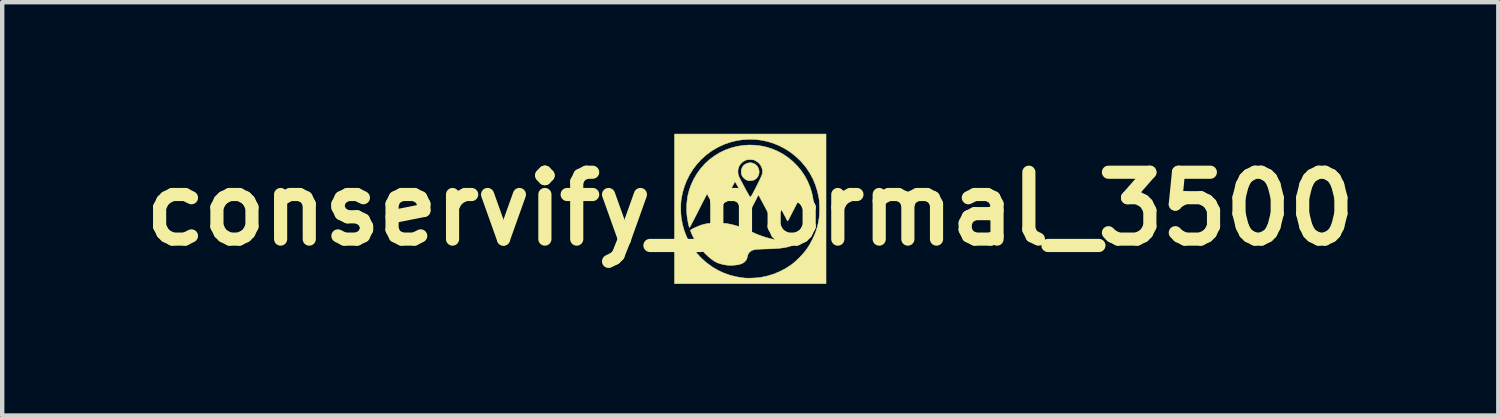
<source format=kicad_pcb>
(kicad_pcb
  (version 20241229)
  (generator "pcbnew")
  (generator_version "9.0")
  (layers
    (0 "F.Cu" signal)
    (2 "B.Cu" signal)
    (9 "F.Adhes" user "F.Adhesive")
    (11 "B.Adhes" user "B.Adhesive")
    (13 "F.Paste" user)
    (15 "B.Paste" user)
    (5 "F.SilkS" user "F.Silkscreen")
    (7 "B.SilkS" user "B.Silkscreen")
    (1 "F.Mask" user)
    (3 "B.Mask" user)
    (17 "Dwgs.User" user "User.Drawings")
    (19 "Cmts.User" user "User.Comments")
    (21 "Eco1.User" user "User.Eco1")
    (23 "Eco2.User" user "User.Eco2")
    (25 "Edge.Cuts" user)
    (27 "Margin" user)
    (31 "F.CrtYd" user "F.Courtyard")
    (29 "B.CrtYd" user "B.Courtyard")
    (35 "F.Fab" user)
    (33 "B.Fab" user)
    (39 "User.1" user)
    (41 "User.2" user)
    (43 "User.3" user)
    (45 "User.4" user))
  (footprint "conservify_normal_3500"
    (layer "F.Cu")
    (at 14.05 1.71)
    (property "Reference" "conservify_normal_3500" (at 0 0 0) (layer "F.SilkS") (effects (font (size 1.524 1.524) (thickness 0.3))))
    (attr through_hole)
    (fp_poly (pts (xy 0.046 -1.045) (xy 0.089 -1.03) (xy 0.128 -1.005) (xy 0.162 -0.969) (xy 0.185 -0.928) (xy 0.2 -0.878) (xy 0.203 -0.827) (xy 0.193 -0.778) (xy 0.173 -0.733) (xy 0.142 -0.695) (xy 0.101 -0.665) (xy 0.087 -0.658) (xy 0.06 -0.649) (xy 0.025 -0.643) (xy -0.01 -0.641) (xy -0.042 -0.642) (xy -0.058 -0.645) (xy -0.105 -0.667) (xy -0.147 -0.7) (xy -0.18 -0.741) (xy -0.191 -0.762) (xy -0.202 -0.794) (xy -0.206 -0.834) (xy -0.207 -0.845) (xy -0.201 -0.898) (xy -0.184 -0.944) (xy -0.158 -0.982) (xy -0.124 -1.012) (xy -0.085 -1.033) (xy -0.043 -1.047) (xy 0.002 -1.051) (xy 0.046 -1.045)) (stroke (width 0.01) (type solid)) (fill yes) (layer "F.SilkS"))
    (fp_poly (pts (xy 1.727 1.705) (xy -1.727 1.705) (xy -1.727 -0.017) (xy -1.584 -0.017) (xy -1.583 0.051) (xy -1.58 0.118) (xy -1.576 0.177) (xy -1.572 0.207) (xy -1.545 0.356) (xy -1.504 0.501) (xy -1.45 0.639) (xy -1.384 0.772) (xy -1.305 0.897) (xy -1.215 1.015) (xy -1.114 1.124) (xy -1.002 1.224) (xy -0.879 1.314) (xy -0.868 1.322) (xy -0.744 1.396) (xy -0.616 1.457) (xy -0.482 1.506) (xy -0.342 1.543) (xy -0.194 1.569) (xy -0.116 1.578) (xy -0.086 1.579) (xy -0.045 1.579) (xy 0.004 1.579) (xy 0.056 1.577) (xy 0.109 1.574) (xy 0.158 1.571) (xy 0.2 1.567) (xy 0.229 1.564) (xy 0.38 1.533) (xy 0.527 1.489) (xy 0.668 1.431) (xy 0.803 1.361) (xy 0.932 1.277) (xy 0.969 1.249) (xy 0.989 1.233) (xy 1.017 1.208) (xy 1.049 1.179) (xy 1.083 1.148) (xy 1.102 1.129) (xy 1.181 1.048) (xy 1.249 0.969) (xy 1.308 0.887) (xy 1.363 0.8) (xy 1.414 0.702) (xy 1.419 0.693) (xy 1.463 0.598) (xy 1.498 0.508) (xy 1.526 0.418) (xy 1.549 0.324) (xy 1.565 0.236) (xy 1.571 0.189) (xy 1.575 0.132) (xy 1.578 0.068) (xy 1.579 0.000035) (xy 1.578 -0.068) (xy 1.576 -0.132) (xy 1.572 -0.19) (xy 1.566 -0.237) (xy 1.565 -0.243) (xy 1.532 -0.397) (xy 1.487 -0.543) (xy 1.43 -0.681) (xy 1.36 -0.811) (xy 1.279 -0.934) (xy 1.184 -1.05) (xy 1.14 -1.098) (xy 1.03 -1.202) (xy 0.913 -1.293) (xy 0.79 -1.372) (xy 0.661 -1.439) (xy 0.528 -1.494) (xy 0.391 -1.536) (xy 0.252 -1.565) (xy 0.11 -1.582) (xy -0.032 -1.585) (xy -0.175 -1.576) (xy -0.317 -1.554) (xy -0.458 -1.518) (xy -0.596 -1.47) (xy -0.73 -1.408) (xy -0.861 -1.333) (xy -0.887 -1.315) (xy -1.006 -1.227) (xy -1.116 -1.128) (xy -1.216 -1.02) (xy -1.305 -0.903) (xy -1.383 -0.777) (xy -1.449 -0.645) (xy -1.503 -0.507) (xy -1.545 -0.363) (xy -1.573 -0.215) (xy -1.575 -0.196) (xy -1.58 -0.145) (xy -1.583 -0.084) (xy -1.584 -0.017) (xy -1.727 -0.017) (xy -1.727 -1.705) (xy 1.727 -1.705) (xy 1.727 1.705)) (stroke (width 0.01) (type solid)) (fill yes) (layer "F.SilkS"))
    (fp_poly (pts (xy -0.641 0.324) (xy -0.523 0.337) (xy -0.406 0.361) (xy -0.286 0.395) (xy -0.161 0.44) (xy -0.09 0.469) (xy -0.053 0.485) (xy -0.015 0.502) (xy 0.018 0.517) (xy 0.036 0.526) (xy 0.137 0.573) (xy 0.247 0.615) (xy 0.362 0.653) (xy 0.475 0.683) (xy 0.585 0.706) (xy 0.624 0.712) (xy 0.674 0.717) (xy 0.732 0.72) (xy 0.794 0.72) (xy 0.857 0.719) (xy 0.914 0.715) (xy 0.963 0.71) (xy 0.972 0.708) (xy 1.038 0.694) (xy 1.105 0.674) (xy 1.168 0.651) (xy 1.212 0.632) (xy 1.237 0.619) (xy 1.252 0.612) (xy 1.26 0.611) (xy 1.262 0.614) (xy 1.263 0.62) (xy 1.257 0.632) (xy 1.241 0.65) (xy 1.217 0.672) (xy 1.187 0.697) (xy 1.153 0.724) (xy 1.117 0.749) (xy 1.081 0.773) (xy 1.048 0.793) (xy 1.036 0.799) (xy 0.986 0.823) (xy 0.936 0.843) (xy 0.884 0.86) (xy 0.828 0.874) (xy 0.766 0.886) (xy 0.698 0.895) (xy 0.62 0.902) (xy 0.533 0.908) (xy 0.433 0.912) (xy 0.374 0.914) (xy 0.299 0.916) (xy 0.238 0.919) (xy 0.188 0.921) (xy 0.147 0.924) (xy 0.114 0.928) (xy 0.087 0.933) (xy 0.065 0.939) (xy 0.046 0.946) (xy 0.028 0.955) (xy 0.026 0.956) (xy -0.009 0.98) (xy -0.036 1.01) (xy -0.054 1.047) (xy -0.067 1.096) (xy -0.069 1.107) (xy -0.083 1.151) (xy -0.111 1.191) (xy -0.15 1.225) (xy -0.198 1.251) (xy -0.241 1.265) (xy -0.294 1.276) (xy -0.354 1.283) (xy -0.416 1.288) (xy -0.478 1.288) (xy -0.526 1.284) (xy -0.58 1.276) (xy -0.637 1.264) (xy -0.692 1.249) (xy -0.741 1.233) (xy -0.771 1.22) (xy -0.826 1.188) (xy -0.886 1.145) (xy -0.949 1.094) (xy -1.012 1.035) (xy -1.074 0.971) (xy -1.132 0.904) (xy -1.185 0.835) (xy -1.21 0.798) (xy -1.242 0.748) (xy -1.274 0.692) (xy -1.304 0.634) (xy -1.331 0.579) (xy -1.346 0.542) (xy -1.357 0.515) (xy -1.361 0.498) (xy -1.36 0.487) (xy -1.357 0.483) (xy -1.344 0.473) (xy -1.321 0.459) (xy -1.289 0.442) (xy -1.251 0.425) (xy -1.211 0.407) (xy -1.171 0.39) (xy -1.133 0.375) (xy -1.1 0.364) (xy -1.095 0.363) (xy -1.016 0.343) (xy -0.938 0.33) (xy -0.856 0.322) (xy -0.766 0.319) (xy -0.76 0.319) (xy -0.641 0.324)) (stroke (width 0.01) (type solid)) (fill yes) (layer "F.SilkS"))
    (fp_poly (pts (xy 0.123 -1.45) (xy 0.264 -1.431) (xy 0.37 -1.407) (xy 0.505 -1.364) (xy 0.634 -1.308) (xy 0.756 -1.241) (xy 0.871 -1.162) (xy 0.977 -1.074) (xy 1.075 -0.975) (xy 1.163 -0.869) (xy 1.24 -0.754) (xy 1.306 -0.632) (xy 1.36 -0.504) (xy 1.402 -0.37) (xy 1.426 -0.259) (xy 1.438 -0.169) (xy 1.445 -0.076) (xy 1.447 0.015) (xy 1.444 0.09) (xy 1.44 0.142) (xy 1.436 0.181) (xy 1.432 0.208) (xy 1.428 0.224) (xy 1.424 0.232) (xy 1.422 0.232) (xy 1.418 0.226) (xy 1.406 0.209) (xy 1.39 0.182) (xy 1.368 0.146) (xy 1.343 0.103) (xy 1.314 0.054) (xy 1.283 0.001) (xy 1.276 -0.011) (xy 1.245 -0.064) (xy 1.216 -0.114) (xy 1.19 -0.157) (xy 1.168 -0.194) (xy 1.15 -0.222) (xy 1.138 -0.241) (xy 1.132 -0.248) (xy 1.131 -0.248) (xy 1.127 -0.241) (xy 1.117 -0.222) (xy 1.102 -0.194) (xy 1.083 -0.159) (xy 1.061 -0.117) (xy 1.037 -0.071) (xy 1.012 -0.023) (xy 0.987 0.026) (xy 0.962 0.074) (xy 0.939 0.119) (xy 0.918 0.159) (xy 0.9 0.193) (xy 0.887 0.22) (xy 0.882 0.23) (xy 0.87 0.252) (xy 0.86 0.269) (xy 0.853 0.275) (xy 0.853 0.275) (xy 0.845 0.269) (xy 0.836 0.255) (xy 0.834 0.252) (xy 0.822 0.227) (xy 0.806 0.196) (xy 0.788 0.162) (xy 0.77 0.127) (xy 0.752 0.093) (xy 0.736 0.064) (xy 0.723 0.041) (xy 0.714 0.026) (xy 0.711 0.022) (xy 0.707 0.028) (xy 0.697 0.046) (xy 0.683 0.072) (xy 0.665 0.107) (xy 0.644 0.147) (xy 0.628 0.178) (xy 0.605 0.221) (xy 0.585 0.26) (xy 0.567 0.292) (xy 0.553 0.315) (xy 0.544 0.329) (xy 0.541 0.332) (xy 0.536 0.325) (xy 0.525 0.307) (xy 0.51 0.28) (xy 0.491 0.247) (xy 0.47 0.208) (xy 0.465 0.199) (xy 0.441 0.154) (xy 0.416 0.108) (xy 0.392 0.064) (xy 0.372 0.026) (xy 0.358 0) (xy 0.342 -0.029) (xy 0.322 -0.068) (xy 0.298 -0.112) (xy 0.274 -0.158) (xy 0.254 -0.194) (xy 0.187 -0.32) (xy 0.145 -0.238) (xy 0.124 -0.197) (xy 0.099 -0.15) (xy 0.075 -0.103) (xy 0.056 -0.067) (xy 0.04 -0.035) (xy 0.025 -0.008) (xy 0.014 0.012) (xy 0.007 0.021) (xy 0.007 0.022) (xy 0.002 0.016) (xy -0.008 -0.002) (xy -0.024 -0.03) (xy -0.044 -0.068) (xy -0.069 -0.113) (xy -0.097 -0.165) (xy -0.128 -0.223) (xy -0.162 -0.285) (xy -0.17 -0.302) (xy -0.204 -0.364) (xy -0.236 -0.423) (xy -0.265 -0.476) (xy -0.291 -0.523) (xy -0.313 -0.561) (xy -0.33 -0.591) (xy -0.342 -0.611) (xy -0.348 -0.619) (xy -0.348 -0.619) (xy -0.351 -0.615) (xy -0.356 -0.607) (xy -0.363 -0.594) (xy -0.373 -0.576) (xy -0.387 -0.55) (xy -0.404 -0.516) (xy -0.426 -0.474) (xy -0.453 -0.423) (xy -0.485 -0.361) (xy -0.523 -0.288) (xy -0.563 -0.21) (xy -0.593 -0.153) (xy -0.621 -0.099) (xy -0.647 -0.049) (xy -0.67 -0.005) (xy -0.688 0.031) (xy -0.702 0.058) (xy -0.711 0.074) (xy -0.711 0.075) (xy -0.722 0.095) (xy -0.732 0.107) (xy -0.736 0.11) (xy -0.741 0.104) (xy -0.752 0.087) (xy -0.768 0.059) (xy -0.788 0.023) (xy -0.812 -0.02) (xy -0.838 -0.069) (xy -0.864 -0.116) (xy -0.985 -0.342) (xy -1.1 -0.119) (xy -1.15 -0.02) (xy -1.194 0.067) (xy -1.233 0.142) (xy -1.266 0.207) (xy -1.294 0.261) (xy -1.317 0.306) (xy -1.337 0.343) (xy -1.352 0.372) (xy -1.364 0.394) (xy -1.373 0.41) (xy -1.379 0.42) (xy -1.383 0.425) (xy -1.384 0.426) (xy -1.388 0.421) (xy -1.395 0.403) (xy -1.402 0.377) (xy -1.41 0.345) (xy -1.411 0.343) (xy -1.438 0.196) (xy -1.451 0.05) (xy -1.449 -0.097) (xy -1.433 -0.244) (xy -1.422 -0.306) (xy -1.389 -0.435) (xy -1.342 -0.562) (xy -1.283 -0.686) (xy -1.213 -0.805) (xy -1.182 -0.847) (xy -0.282 -0.847) (xy -0.274 -0.784) (xy -0.255 -0.726) (xy -0.248 -0.713) (xy -0.236 -0.69) (xy -0.219 -0.657) (xy -0.198 -0.617) (xy -0.173 -0.57) (xy -0.146 -0.519) (xy -0.127 -0.484) (xy -0.095 -0.424) (xy -0.069 -0.376) (xy -0.048 -0.339) (xy -0.032 -0.311) (xy -0.02 -0.291) (xy -0.01 -0.279) (xy -0.003 -0.272) (xy 0.002 -0.27) (xy 0.002 -0.27) (xy 0.011 -0.276) (xy 0.024 -0.293) (xy 0.042 -0.322) (xy 0.064 -0.362) (xy 0.066 -0.366) (xy 0.109 -0.447) (xy 0.147 -0.523) (xy 0.182 -0.592) (xy 0.212 -0.653) (xy 0.237 -0.706) (xy 0.256 -0.749) (xy 0.269 -0.782) (xy 0.276 -0.803) (xy 0.276 -0.805) (xy 0.279 -0.863) (xy 0.269 -0.92) (xy 0.247 -0.974) (xy 0.214 -1.023) (xy 0.171 -1.065) (xy 0.119 -1.097) (xy 0.118 -1.098) (xy 0.094 -1.109) (xy 0.074 -1.116) (xy 0.053 -1.119) (xy 0.026 -1.121) (xy -0.004 -1.121) (xy -0.039 -1.121) (xy -0.064 -1.119) (xy -0.084 -1.115) (xy -0.105 -1.107) (xy -0.124 -1.098) (xy -0.178 -1.066) (xy -0.221 -1.024) (xy -0.254 -0.972) (xy -0.255 -0.969) (xy -0.275 -0.909) (xy -0.282 -0.847) (xy -1.182 -0.847) (xy -1.132 -0.916) (xy -1.042 -1.018) (xy -1.031 -1.03) (xy -0.925 -1.126) (xy -0.811 -1.21) (xy -0.691 -1.283) (xy -0.564 -1.343) (xy -0.433 -1.39) (xy -0.297 -1.425) (xy -0.159 -1.447) (xy -0.019 -1.455) (xy 0.123 -1.45)) (stroke (width 0.01) (type solid)) (fill yes) (layer "F.SilkS")))
  (gr_rect
    (start -3 -3)
    (end 31.1 6.421)
    (stroke (width 0.1) (type default))
    (fill no)
    (layer "Edge.Cuts")))
</source>
